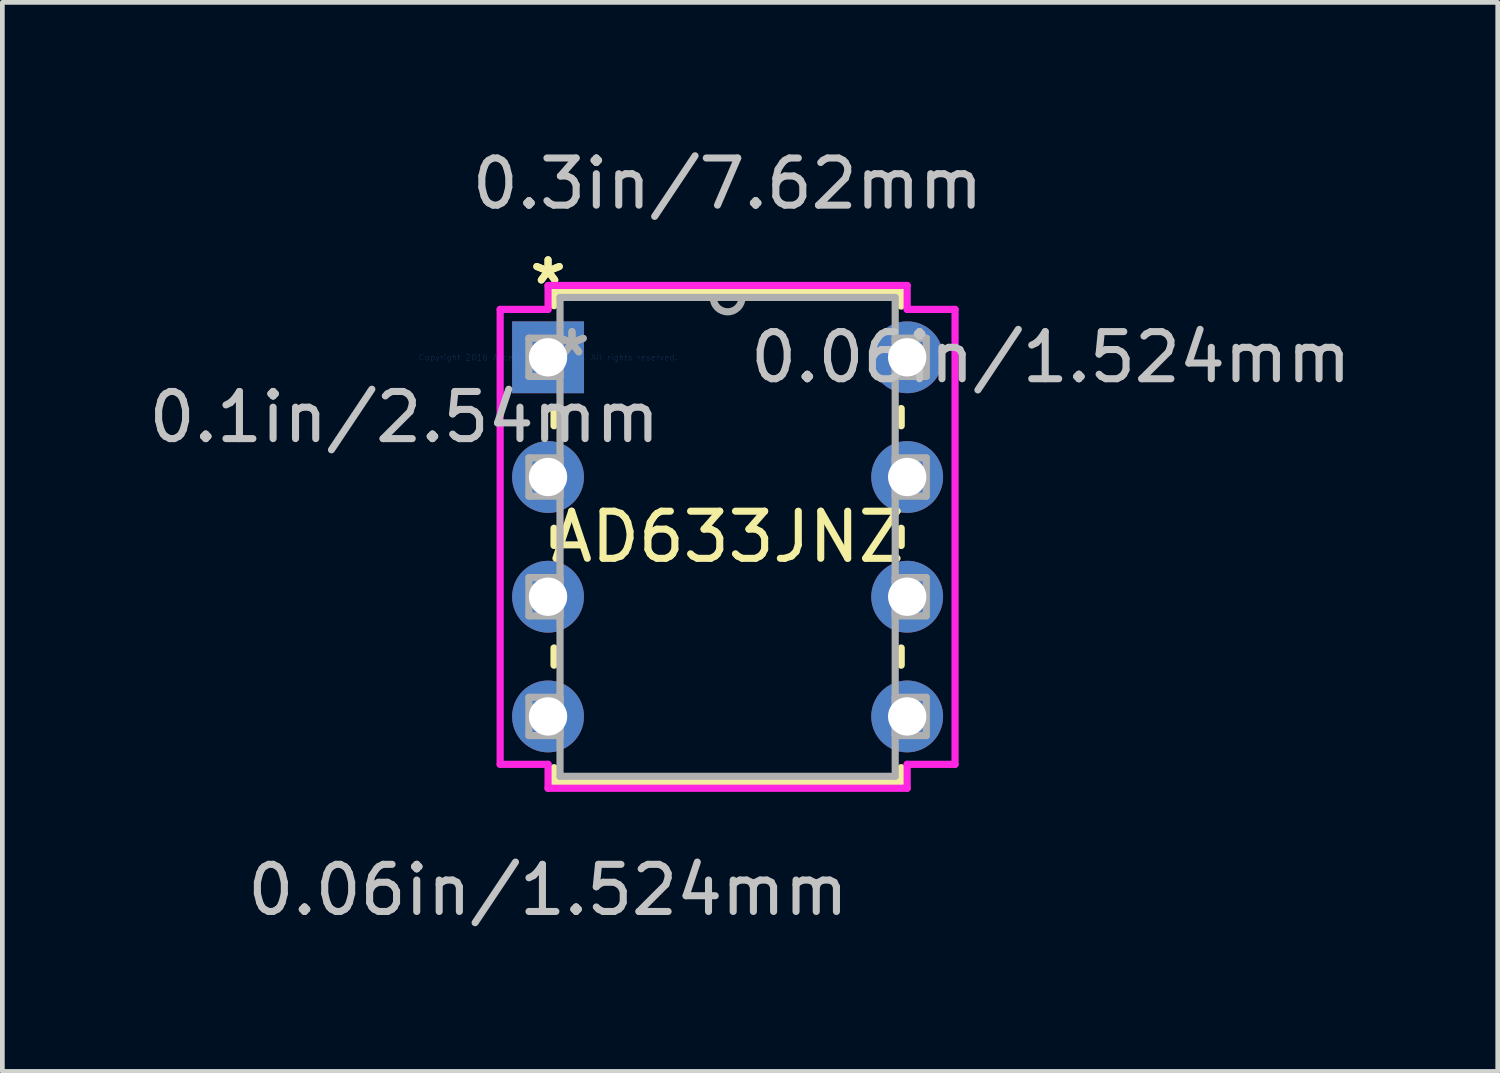
<source format=kicad_pcb>
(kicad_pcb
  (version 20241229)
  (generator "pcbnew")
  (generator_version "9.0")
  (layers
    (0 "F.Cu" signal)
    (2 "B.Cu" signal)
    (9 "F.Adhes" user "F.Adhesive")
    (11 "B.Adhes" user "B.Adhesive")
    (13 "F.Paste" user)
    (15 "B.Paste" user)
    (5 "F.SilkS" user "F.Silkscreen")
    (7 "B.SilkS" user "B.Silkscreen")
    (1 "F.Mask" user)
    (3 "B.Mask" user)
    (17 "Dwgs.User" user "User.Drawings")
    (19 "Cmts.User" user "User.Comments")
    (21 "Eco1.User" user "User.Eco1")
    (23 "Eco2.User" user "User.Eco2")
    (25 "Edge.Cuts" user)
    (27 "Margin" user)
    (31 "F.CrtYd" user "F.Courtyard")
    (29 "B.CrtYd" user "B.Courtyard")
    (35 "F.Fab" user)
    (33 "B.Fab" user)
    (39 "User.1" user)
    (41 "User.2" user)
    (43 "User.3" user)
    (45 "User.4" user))
  (footprint "AD633JNZ"
    (layer "F.Cu")
    (at 8.578 4.531)
    (property "Reference" "AD633JNZ" (at 3.81 3.81 0) (layer "F.SilkS") (effects (font (size 1 1) (thickness 0.15))))
    (attr through_hole)
    (fp_line (start 0.127 -1.397) (end 0.127 -1.095) (stroke (width 0.152) (type solid)) (layer "F.SilkS"))
    (fp_line (start 0.127 1.095) (end 0.127 1.453) (stroke (width 0.152) (type solid)) (layer "F.SilkS"))
    (fp_line (start 0.127 3.627) (end 0.127 3.993) (stroke (width 0.152) (type solid)) (layer "F.SilkS"))
    (fp_line (start 0.127 6.167) (end 0.127 6.533) (stroke (width 0.152) (type solid)) (layer "F.SilkS"))
    (fp_line (start 0.127 8.707) (end 0.127 9.017) (stroke (width 0.152) (type solid)) (layer "F.SilkS"))
    (fp_line (start 0.127 9.017) (end 7.493 9.017) (stroke (width 0.152) (type solid)) (layer "F.SilkS"))
    (fp_line (start 7.493 -1.397) (end 0.127 -1.397) (stroke (width 0.152) (type solid)) (layer "F.SilkS"))
    (fp_line (start 7.493 -1.087) (end 7.493 -1.397) (stroke (width 0.152) (type solid)) (layer "F.SilkS"))
    (fp_line (start 7.493 1.453) (end 7.493 1.087) (stroke (width 0.152) (type solid)) (layer "F.SilkS"))
    (fp_line (start 7.493 3.993) (end 7.493 3.627) (stroke (width 0.152) (type solid)) (layer "F.SilkS"))
    (fp_line (start 7.493 6.533) (end 7.493 6.167) (stroke (width 0.152) (type solid)) (layer "F.SilkS"))
    (fp_line (start 7.493 9.017) (end 7.493 8.707) (stroke (width 0.152) (type solid)) (layer "F.SilkS"))
    (fp_line (start -1.016 -1.016) (end -1.016 8.636) (stroke (width 0.152) (type solid)) (layer "F.CrtYd"))
    (fp_line (start -1.016 8.636) (end 0 8.636) (stroke (width 0.152) (type solid)) (layer "F.CrtYd"))
    (fp_line (start 0 -1.524) (end 0 -1.016) (stroke (width 0.152) (type solid)) (layer "F.CrtYd"))
    (fp_line (start 0 -1.016) (end -1.016 -1.016) (stroke (width 0.152) (type solid)) (layer "F.CrtYd"))
    (fp_line (start 0 8.636) (end 0 9.144) (stroke (width 0.152) (type solid)) (layer "F.CrtYd"))
    (fp_line (start 0 9.144) (end 7.62 9.144) (stroke (width 0.152) (type solid)) (layer "F.CrtYd"))
    (fp_line (start 7.62 -1.524) (end 0 -1.524) (stroke (width 0.152) (type solid)) (layer "F.CrtYd"))
    (fp_line (start 7.62 -1.016) (end 7.62 -1.524) (stroke (width 0.152) (type solid)) (layer "F.CrtYd"))
    (fp_line (start 7.62 8.636) (end 8.636 8.636) (stroke (width 0.152) (type solid)) (layer "F.CrtYd"))
    (fp_line (start 7.62 9.144) (end 7.62 8.636) (stroke (width 0.152) (type solid)) (layer "F.CrtYd"))
    (fp_line (start 8.636 -1.016) (end 7.62 -1.016) (stroke (width 0.152) (type solid)) (layer "F.CrtYd"))
    (fp_line (start 8.636 8.636) (end 8.636 -1.016) (stroke (width 0.152) (type solid)) (layer "F.CrtYd"))
    (fp_line (start -0.406 -0.406) (end -0.406 0.406) (stroke (width 0.152) (type solid)) (layer "F.Fab"))
    (fp_line (start -0.406 0.406) (end 0.254 0.406) (stroke (width 0.152) (type solid)) (layer "F.Fab"))
    (fp_line (start -0.406 2.134) (end -0.406 2.946) (stroke (width 0.152) (type solid)) (layer "F.Fab"))
    (fp_line (start -0.406 2.946) (end 0.254 2.946) (stroke (width 0.152) (type solid)) (layer "F.Fab"))
    (fp_line (start -0.406 4.674) (end -0.406 5.486) (stroke (width 0.152) (type solid)) (layer "F.Fab"))
    (fp_line (start -0.406 5.486) (end 0.254 5.486) (stroke (width 0.152) (type solid)) (layer "F.Fab"))
    (fp_line (start -0.406 7.214) (end -0.406 8.026) (stroke (width 0.152) (type solid)) (layer "F.Fab"))
    (fp_line (start -0.406 8.026) (end 0.254 8.026) (stroke (width 0.152) (type solid)) (layer "F.Fab"))
    (fp_line (start 0.254 -1.27) (end 0.254 8.89) (stroke (width 0.152) (type solid)) (layer "F.Fab"))
    (fp_line (start 0.254 -0.406) (end -0.406 -0.406) (stroke (width 0.152) (type solid)) (layer "F.Fab"))
    (fp_line (start 0.254 0.406) (end 0.254 -0.406) (stroke (width 0.152) (type solid)) (layer "F.Fab"))
    (fp_line (start 0.254 2.134) (end -0.406 2.134) (stroke (width 0.152) (type solid)) (layer "F.Fab"))
    (fp_line (start 0.254 2.946) (end 0.254 2.134) (stroke (width 0.152) (type solid)) (layer "F.Fab"))
    (fp_line (start 0.254 4.674) (end -0.406 4.674) (stroke (width 0.152) (type solid)) (layer "F.Fab"))
    (fp_line (start 0.254 5.486) (end 0.254 4.674) (stroke (width 0.152) (type solid)) (layer "F.Fab"))
    (fp_line (start 0.254 7.214) (end -0.406 7.214) (stroke (width 0.152) (type solid)) (layer "F.Fab"))
    (fp_line (start 0.254 8.026) (end 0.254 7.214) (stroke (width 0.152) (type solid)) (layer "F.Fab"))
    (fp_line (start 0.254 8.89) (end 7.366 8.89) (stroke (width 0.152) (type solid)) (layer "F.Fab"))
    (fp_line (start 7.366 -1.27) (end 0.254 -1.27) (stroke (width 0.152) (type solid)) (layer "F.Fab"))
    (fp_line (start 7.366 -0.406) (end 7.366 0.406) (stroke (width 0.152) (type solid)) (layer "F.Fab"))
    (fp_line (start 7.366 0.406) (end 8.026 0.406) (stroke (width 0.152) (type solid)) (layer "F.Fab"))
    (fp_line (start 7.366 2.134) (end 7.366 2.946) (stroke (width 0.152) (type solid)) (layer "F.Fab"))
    (fp_line (start 7.366 2.946) (end 8.026 2.946) (stroke (width 0.152) (type solid)) (layer "F.Fab"))
    (fp_line (start 7.366 4.674) (end 7.366 5.486) (stroke (width 0.152) (type solid)) (layer "F.Fab"))
    (fp_line (start 7.366 5.486) (end 8.026 5.486) (stroke (width 0.152) (type solid)) (layer "F.Fab"))
    (fp_line (start 7.366 7.214) (end 7.366 8.026) (stroke (width 0.152) (type solid)) (layer "F.Fab"))
    (fp_line (start 7.366 8.026) (end 8.026 8.026) (stroke (width 0.152) (type solid)) (layer "F.Fab"))
    (fp_line (start 7.366 8.89) (end 7.366 -1.27) (stroke (width 0.152) (type solid)) (layer "F.Fab"))
    (fp_line (start 8.026 -0.406) (end 7.366 -0.406) (stroke (width 0.152) (type solid)) (layer "F.Fab"))
    (fp_line (start 8.026 0.406) (end 8.026 -0.406) (stroke (width 0.152) (type solid)) (layer "F.Fab"))
    (fp_line (start 8.026 2.134) (end 7.366 2.134) (stroke (width 0.152) (type solid)) (layer "F.Fab"))
    (fp_line (start 8.026 2.946) (end 8.026 2.134) (stroke (width 0.152) (type solid)) (layer "F.Fab"))
    (fp_line (start 8.026 4.674) (end 7.366 4.674) (stroke (width 0.152) (type solid)) (layer "F.Fab"))
    (fp_line (start 8.026 5.486) (end 8.026 4.674) (stroke (width 0.152) (type solid)) (layer "F.Fab"))
    (fp_line (start 8.026 7.214) (end 7.366 7.214) (stroke (width 0.152) (type solid)) (layer "F.Fab"))
    (fp_line (start 8.026 8.026) (end 8.026 7.214) (stroke (width 0.152) (type solid)) (layer "F.Fab"))
    (fp_arc (start 4.1148 -1.27) (mid 3.81 -0.9652) (end 3.5052 -1.27) (stroke (width 0.1524) (type solid)) (layer "F.Fab"))
    (fp_text user "*" (at 0 -1.524 0) (layer "F.SilkS") (effects (font (size 1 1) (thickness 0.15))))
    (fp_text user "*" (at 0 -1.524 0) (layer "F.SilkS") (effects (font (size 1 1) (thickness 0.15))))
    (fp_text user "0.1in/2.54mm" (at -3.048 1.27 0) (layer "Dwgs.User") (effects (font (size 1 1) (thickness 0.15))))
    (fp_text user "0.3in/7.62mm" (at 3.81 -3.683 0) (layer "Dwgs.User") (effects (font (size 1 1) (thickness 0.15))))
    (fp_text user "0.06in/1.524mm" (at 10.668 0 0) (layer "Dwgs.User") (effects (font (size 1 1) (thickness 0.15))))
    (fp_text user "0.06in/1.524mm" (at 0 11.303 0) (layer "Dwgs.User") (effects (font (size 1 1) (thickness 0.15))))
    (fp_text user "Copyright 2016 Accelerated Designs. All rights reserved." (at 0 0 0) (layer "Cmts.User") (effects (font (size 0.127 0.127) (thickness 0.002))))
    (fp_text user "*" (at 0.508 0 0) (layer "F.Fab") (effects (font (size 1 1) (thickness 0.15))))
    (fp_text user "*" (at 0.508 0 0) (layer "F.Fab") (effects (font (size 1 1) (thickness 0.15))))
    (pad "1" thru_hole rect (at 0 0) (size 1.524 1.524) (drill 0.813) (layers "*.Cu" "*.Mask"))
    (pad "2" thru_hole circle (at 0 2.54) (size 1.524 1.524) (drill 0.813) (layers "*.Cu" "*.Mask"))
    (pad "3" thru_hole circle (at 0 5.08) (size 1.524 1.524) (drill 0.813) (layers "*.Cu" "*.Mask"))
    (pad "4" thru_hole circle (at 0 7.62) (size 1.524 1.524) (drill 0.813) (layers "*.Cu" "*.Mask"))
    (pad "5" thru_hole circle (at 7.62 7.62) (size 1.524 1.524) (drill 0.813) (layers "*.Cu" "*.Mask"))
    (pad "6" thru_hole circle (at 7.62 5.08) (size 1.524 1.524) (drill 0.813) (layers "*.Cu" "*.Mask"))
    (pad "7" thru_hole circle (at 7.62 2.54) (size 1.524 1.524) (drill 0.813) (layers "*.Cu" "*.Mask"))
    (pad "8" thru_hole circle (at 7.62 0) (size 1.524 1.524) (drill 0.813) (layers "*.Cu" "*.Mask")))
  (gr_rect
    (start -3 -3)
    (end 28.728 19.683)
    (stroke (width 0.1) (type default))
    (fill no)
    (layer "Edge.Cuts")))
</source>
